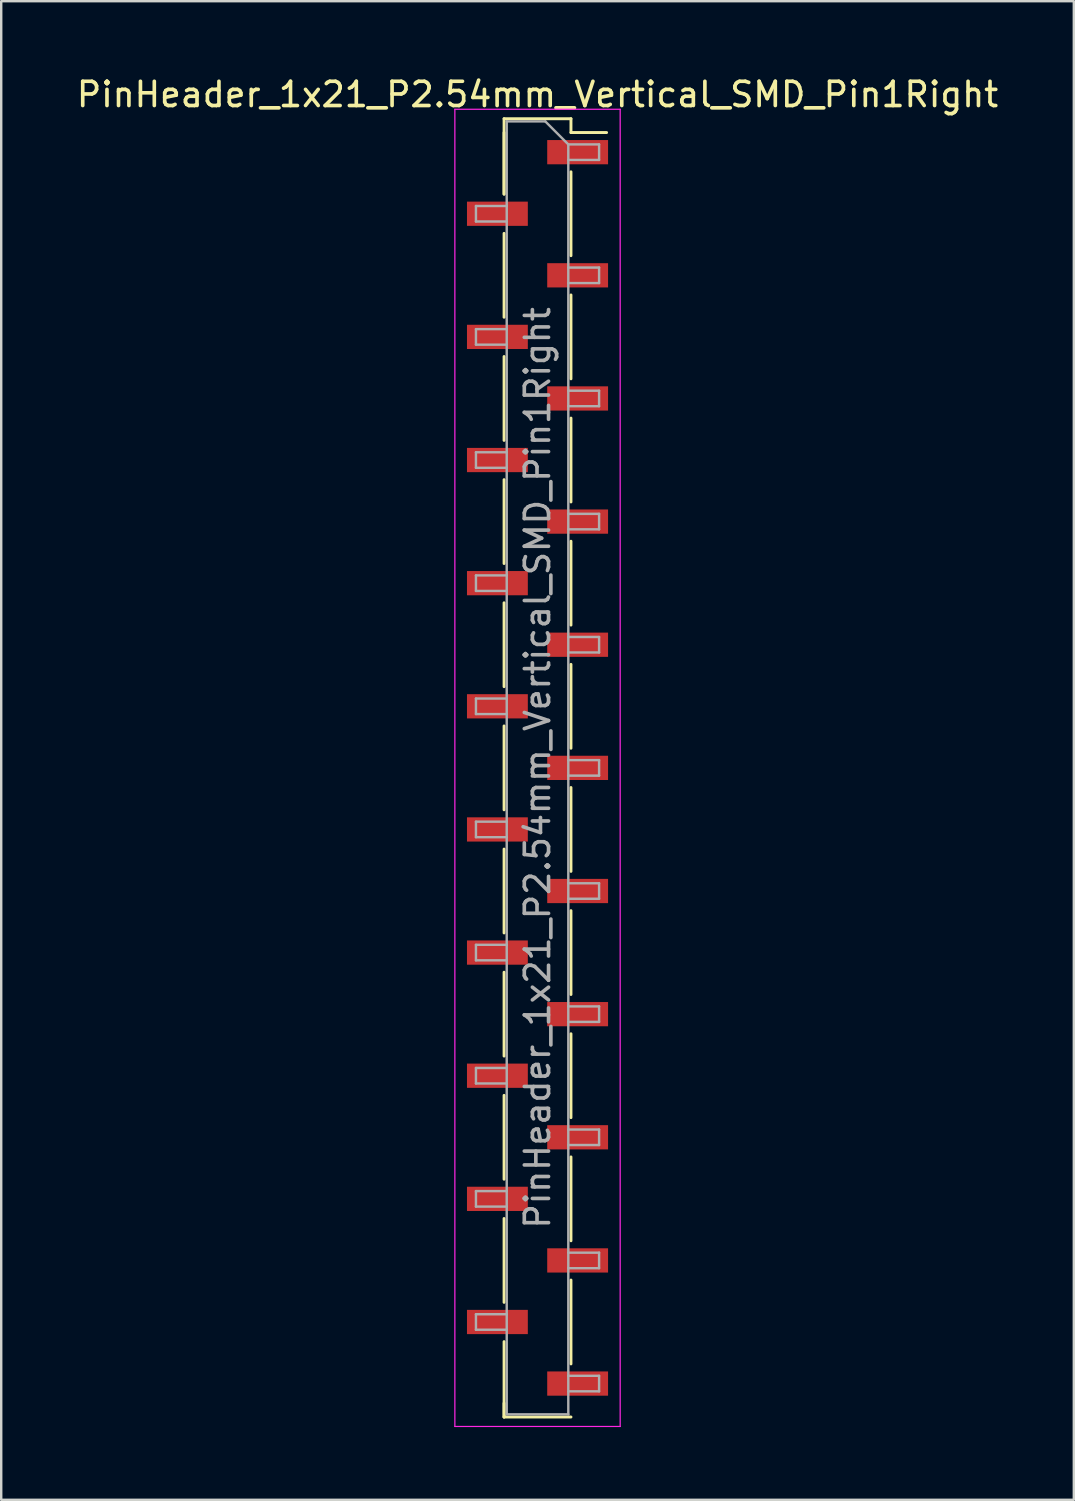
<source format=kicad_pcb>
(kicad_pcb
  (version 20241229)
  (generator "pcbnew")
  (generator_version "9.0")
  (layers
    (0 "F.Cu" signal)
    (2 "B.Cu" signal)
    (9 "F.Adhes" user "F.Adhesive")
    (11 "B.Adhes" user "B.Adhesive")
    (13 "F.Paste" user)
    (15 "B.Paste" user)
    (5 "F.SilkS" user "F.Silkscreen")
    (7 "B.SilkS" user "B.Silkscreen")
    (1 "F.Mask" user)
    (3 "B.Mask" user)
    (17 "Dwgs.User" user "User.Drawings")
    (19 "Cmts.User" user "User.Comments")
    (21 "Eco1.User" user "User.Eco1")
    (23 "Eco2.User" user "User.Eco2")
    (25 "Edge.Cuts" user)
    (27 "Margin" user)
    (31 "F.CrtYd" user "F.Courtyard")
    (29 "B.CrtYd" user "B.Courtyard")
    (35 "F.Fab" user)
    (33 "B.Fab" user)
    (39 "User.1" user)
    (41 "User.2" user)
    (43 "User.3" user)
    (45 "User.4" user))
  (footprint "PinHeader_1x21_P2.54mm_Vertical_SMD_Pin1Right"
    (layer "F.Cu")
    (at 19.125 28.628)
    (property "Reference" "PinHeader_1x21_P2.54mm_Vertical_SMD_Pin1Right" (at 0 -27.78 0) (layer "F.SilkS") (effects (font (size 1 1) (thickness 0.15))))
    (attr smd)
    (fp_line (start -1.38 -26.78) (end -1.38 -23.67) (stroke (width 0.12) (type solid)) (layer "F.SilkS"))
    (fp_line (start -1.38 -26.78) (end 1.38 -26.78) (stroke (width 0.12) (type solid)) (layer "F.SilkS"))
    (fp_line (start -1.38 -26.21) (end -1.38 -23.67) (stroke (width 0.12) (type solid)) (layer "F.SilkS"))
    (fp_line (start -1.38 -22.05) (end -1.38 -18.59) (stroke (width 0.12) (type solid)) (layer "F.SilkS"))
    (fp_line (start -1.38 -16.97) (end -1.38 -13.51) (stroke (width 0.12) (type solid)) (layer "F.SilkS"))
    (fp_line (start -1.38 -11.89) (end -1.38 -8.43) (stroke (width 0.12) (type solid)) (layer "F.SilkS"))
    (fp_line (start -1.38 -6.81) (end -1.38 -3.35) (stroke (width 0.12) (type solid)) (layer "F.SilkS"))
    (fp_line (start -1.38 -1.73) (end -1.38 1.73) (stroke (width 0.12) (type solid)) (layer "F.SilkS"))
    (fp_line (start -1.38 3.35) (end -1.38 6.81) (stroke (width 0.12) (type solid)) (layer "F.SilkS"))
    (fp_line (start -1.38 8.43) (end -1.38 11.89) (stroke (width 0.12) (type solid)) (layer "F.SilkS"))
    (fp_line (start -1.38 13.51) (end -1.38 16.97) (stroke (width 0.12) (type solid)) (layer "F.SilkS"))
    (fp_line (start -1.38 18.59) (end -1.38 22.05) (stroke (width 0.12) (type solid)) (layer "F.SilkS"))
    (fp_line (start -1.38 23.67) (end -1.38 26.78) (stroke (width 0.12) (type solid)) (layer "F.SilkS"))
    (fp_line (start -1.38 26.21) (end -1.38 26.78) (stroke (width 0.12) (type solid)) (layer "F.SilkS"))
    (fp_line (start -1.38 26.78) (end 1.38 26.78) (stroke (width 0.12) (type solid)) (layer "F.SilkS"))
    (fp_line (start 1.38 -26.78) (end 1.38 -26.21) (stroke (width 0.12) (type solid)) (layer "F.SilkS"))
    (fp_line (start 1.38 -26.21) (end 2.85 -26.21) (stroke (width 0.12) (type solid)) (layer "F.SilkS"))
    (fp_line (start 1.38 -24.59) (end 1.38 -21.13) (stroke (width 0.12) (type solid)) (layer "F.SilkS"))
    (fp_line (start 1.38 -19.51) (end 1.38 -16.05) (stroke (width 0.12) (type solid)) (layer "F.SilkS"))
    (fp_line (start 1.38 -14.43) (end 1.38 -10.97) (stroke (width 0.12) (type solid)) (layer "F.SilkS"))
    (fp_line (start 1.38 -9.35) (end 1.38 -5.89) (stroke (width 0.12) (type solid)) (layer "F.SilkS"))
    (fp_line (start 1.38 -4.27) (end 1.38 -0.81) (stroke (width 0.12) (type solid)) (layer "F.SilkS"))
    (fp_line (start 1.38 0.81) (end 1.38 4.27) (stroke (width 0.12) (type solid)) (layer "F.SilkS"))
    (fp_line (start 1.38 5.89) (end 1.38 9.35) (stroke (width 0.12) (type solid)) (layer "F.SilkS"))
    (fp_line (start 1.38 10.97) (end 1.38 14.43) (stroke (width 0.12) (type solid)) (layer "F.SilkS"))
    (fp_line (start 1.38 16.05) (end 1.38 19.51) (stroke (width 0.12) (type solid)) (layer "F.SilkS"))
    (fp_line (start 1.38 21.13) (end 1.38 24.59) (stroke (width 0.12) (type solid)) (layer "F.SilkS"))
    (fp_line (start -3.41 -27.17) (end -3.41 27.17) (stroke (width 0.05) (type solid)) (layer "F.CrtYd"))
    (fp_line (start -3.41 27.17) (end 3.41 27.17) (stroke (width 0.05) (type solid)) (layer "F.CrtYd"))
    (fp_line (start 3.41 -27.17) (end -3.41 -27.17) (stroke (width 0.05) (type solid)) (layer "F.CrtYd"))
    (fp_line (start 3.41 27.17) (end 3.41 -27.17) (stroke (width 0.05) (type solid)) (layer "F.CrtYd"))
    (fp_line (start -2.54 -23.18) (end -2.54 -22.54) (stroke (width 0.1) (type solid)) (layer "F.Fab"))
    (fp_line (start -2.54 -22.54) (end -1.27 -22.54) (stroke (width 0.1) (type solid)) (layer "F.Fab"))
    (fp_line (start -2.54 -18.1) (end -2.54 -17.46) (stroke (width 0.1) (type solid)) (layer "F.Fab"))
    (fp_line (start -2.54 -17.46) (end -1.27 -17.46) (stroke (width 0.1) (type solid)) (layer "F.Fab"))
    (fp_line (start -2.54 -13.02) (end -2.54 -12.38) (stroke (width 0.1) (type solid)) (layer "F.Fab"))
    (fp_line (start -2.54 -12.38) (end -1.27 -12.38) (stroke (width 0.1) (type solid)) (layer "F.Fab"))
    (fp_line (start -2.54 -7.94) (end -2.54 -7.3) (stroke (width 0.1) (type solid)) (layer "F.Fab"))
    (fp_line (start -2.54 -7.3) (end -1.27 -7.3) (stroke (width 0.1) (type solid)) (layer "F.Fab"))
    (fp_line (start -2.54 -2.86) (end -2.54 -2.22) (stroke (width 0.1) (type solid)) (layer "F.Fab"))
    (fp_line (start -2.54 -2.22) (end -1.27 -2.22) (stroke (width 0.1) (type solid)) (layer "F.Fab"))
    (fp_line (start -2.54 2.22) (end -2.54 2.86) (stroke (width 0.1) (type solid)) (layer "F.Fab"))
    (fp_line (start -2.54 2.86) (end -1.27 2.86) (stroke (width 0.1) (type solid)) (layer "F.Fab"))
    (fp_line (start -2.54 7.3) (end -2.54 7.94) (stroke (width 0.1) (type solid)) (layer "F.Fab"))
    (fp_line (start -2.54 7.94) (end -1.27 7.94) (stroke (width 0.1) (type solid)) (layer "F.Fab"))
    (fp_line (start -2.54 12.38) (end -2.54 13.02) (stroke (width 0.1) (type solid)) (layer "F.Fab"))
    (fp_line (start -2.54 13.02) (end -1.27 13.02) (stroke (width 0.1) (type solid)) (layer "F.Fab"))
    (fp_line (start -2.54 17.46) (end -2.54 18.1) (stroke (width 0.1) (type solid)) (layer "F.Fab"))
    (fp_line (start -2.54 18.1) (end -1.27 18.1) (stroke (width 0.1) (type solid)) (layer "F.Fab"))
    (fp_line (start -2.54 22.54) (end -2.54 23.18) (stroke (width 0.1) (type solid)) (layer "F.Fab"))
    (fp_line (start -2.54 23.18) (end -1.27 23.18) (stroke (width 0.1) (type solid)) (layer "F.Fab"))
    (fp_line (start -1.27 -26.67) (end -1.27 26.67) (stroke (width 0.1) (type solid)) (layer "F.Fab"))
    (fp_line (start -1.27 -26.67) (end 0.32 -26.67) (stroke (width 0.1) (type solid)) (layer "F.Fab"))
    (fp_line (start -1.27 -23.18) (end -2.54 -23.18) (stroke (width 0.1) (type solid)) (layer "F.Fab"))
    (fp_line (start -1.27 -18.1) (end -2.54 -18.1) (stroke (width 0.1) (type solid)) (layer "F.Fab"))
    (fp_line (start -1.27 -13.02) (end -2.54 -13.02) (stroke (width 0.1) (type solid)) (layer "F.Fab"))
    (fp_line (start -1.27 -7.94) (end -2.54 -7.94) (stroke (width 0.1) (type solid)) (layer "F.Fab"))
    (fp_line (start -1.27 -2.86) (end -2.54 -2.86) (stroke (width 0.1) (type solid)) (layer "F.Fab"))
    (fp_line (start -1.27 2.22) (end -2.54 2.22) (stroke (width 0.1) (type solid)) (layer "F.Fab"))
    (fp_line (start -1.27 7.3) (end -2.54 7.3) (stroke (width 0.1) (type solid)) (layer "F.Fab"))
    (fp_line (start -1.27 12.38) (end -2.54 12.38) (stroke (width 0.1) (type solid)) (layer "F.Fab"))
    (fp_line (start -1.27 17.46) (end -2.54 17.46) (stroke (width 0.1) (type solid)) (layer "F.Fab"))
    (fp_line (start -1.27 22.54) (end -2.54 22.54) (stroke (width 0.1) (type solid)) (layer "F.Fab"))
    (fp_line (start 1.27 -25.72) (end 0.32 -26.67) (stroke (width 0.1) (type solid)) (layer "F.Fab"))
    (fp_line (start 1.27 -25.72) (end 2.54 -25.72) (stroke (width 0.1) (type solid)) (layer "F.Fab"))
    (fp_line (start 1.27 -20.64) (end 2.54 -20.64) (stroke (width 0.1) (type solid)) (layer "F.Fab"))
    (fp_line (start 1.27 -15.56) (end 2.54 -15.56) (stroke (width 0.1) (type solid)) (layer "F.Fab"))
    (fp_line (start 1.27 -10.48) (end 2.54 -10.48) (stroke (width 0.1) (type solid)) (layer "F.Fab"))
    (fp_line (start 1.27 -5.4) (end 2.54 -5.4) (stroke (width 0.1) (type solid)) (layer "F.Fab"))
    (fp_line (start 1.27 -0.32) (end 2.54 -0.32) (stroke (width 0.1) (type solid)) (layer "F.Fab"))
    (fp_line (start 1.27 4.76) (end 2.54 4.76) (stroke (width 0.1) (type solid)) (layer "F.Fab"))
    (fp_line (start 1.27 9.84) (end 2.54 9.84) (stroke (width 0.1) (type solid)) (layer "F.Fab"))
    (fp_line (start 1.27 14.92) (end 2.54 14.92) (stroke (width 0.1) (type solid)) (layer "F.Fab"))
    (fp_line (start 1.27 20) (end 2.54 20) (stroke (width 0.1) (type solid)) (layer "F.Fab"))
    (fp_line (start 1.27 25.08) (end 2.54 25.08) (stroke (width 0.1) (type solid)) (layer "F.Fab"))
    (fp_line (start 1.27 26.67) (end -1.27 26.67) (stroke (width 0.1) (type solid)) (layer "F.Fab"))
    (fp_line (start 1.27 26.67) (end 1.27 -25.72) (stroke (width 0.1) (type solid)) (layer "F.Fab"))
    (fp_line (start 2.54 -25.72) (end 2.54 -25.08) (stroke (width 0.1) (type solid)) (layer "F.Fab"))
    (fp_line (start 2.54 -25.08) (end 1.27 -25.08) (stroke (width 0.1) (type solid)) (layer "F.Fab"))
    (fp_line (start 2.54 -20.64) (end 2.54 -20) (stroke (width 0.1) (type solid)) (layer "F.Fab"))
    (fp_line (start 2.54 -20) (end 1.27 -20) (stroke (width 0.1) (type solid)) (layer "F.Fab"))
    (fp_line (start 2.54 -15.56) (end 2.54 -14.92) (stroke (width 0.1) (type solid)) (layer "F.Fab"))
    (fp_line (start 2.54 -14.92) (end 1.27 -14.92) (stroke (width 0.1) (type solid)) (layer "F.Fab"))
    (fp_line (start 2.54 -10.48) (end 2.54 -9.84) (stroke (width 0.1) (type solid)) (layer "F.Fab"))
    (fp_line (start 2.54 -9.84) (end 1.27 -9.84) (stroke (width 0.1) (type solid)) (layer "F.Fab"))
    (fp_line (start 2.54 -5.4) (end 2.54 -4.76) (stroke (width 0.1) (type solid)) (layer "F.Fab"))
    (fp_line (start 2.54 -4.76) (end 1.27 -4.76) (stroke (width 0.1) (type solid)) (layer "F.Fab"))
    (fp_line (start 2.54 -0.32) (end 2.54 0.32) (stroke (width 0.1) (type solid)) (layer "F.Fab"))
    (fp_line (start 2.54 0.32) (end 1.27 0.32) (stroke (width 0.1) (type solid)) (layer "F.Fab"))
    (fp_line (start 2.54 4.76) (end 2.54 5.4) (stroke (width 0.1) (type solid)) (layer "F.Fab"))
    (fp_line (start 2.54 5.4) (end 1.27 5.4) (stroke (width 0.1) (type solid)) (layer "F.Fab"))
    (fp_line (start 2.54 9.84) (end 2.54 10.48) (stroke (width 0.1) (type solid)) (layer "F.Fab"))
    (fp_line (start 2.54 10.48) (end 1.27 10.48) (stroke (width 0.1) (type solid)) (layer "F.Fab"))
    (fp_line (start 2.54 14.92) (end 2.54 15.56) (stroke (width 0.1) (type solid)) (layer "F.Fab"))
    (fp_line (start 2.54 15.56) (end 1.27 15.56) (stroke (width 0.1) (type solid)) (layer "F.Fab"))
    (fp_line (start 2.54 20) (end 2.54 20.64) (stroke (width 0.1) (type solid)) (layer "F.Fab"))
    (fp_line (start 2.54 20.64) (end 1.27 20.64) (stroke (width 0.1) (type solid)) (layer "F.Fab"))
    (fp_line (start 2.54 25.08) (end 2.54 25.72) (stroke (width 0.1) (type solid)) (layer "F.Fab"))
    (fp_line (start 2.54 25.72) (end 1.27 25.72) (stroke (width 0.1) (type solid)) (layer "F.Fab"))
    (fp_text user "${REFERENCE}" (at 0 0 90) (layer "F.Fab") (effects (font (size 1 1) (thickness 0.15))))
    (pad "1" smd rect (at 1.655 -25.4) (size 2.51 1) (layers "F.Cu" "F.Mask" "F.Paste"))
    (pad "2" smd rect (at -1.655 -22.86) (size 2.51 1) (layers "F.Cu" "F.Mask" "F.Paste"))
    (pad "3" smd rect (at 1.655 -20.32) (size 2.51 1) (layers "F.Cu" "F.Mask" "F.Paste"))
    (pad "4" smd rect (at -1.655 -17.78) (size 2.51 1) (layers "F.Cu" "F.Mask" "F.Paste"))
    (pad "5" smd rect (at 1.655 -15.24) (size 2.51 1) (layers "F.Cu" "F.Mask" "F.Paste"))
    (pad "6" smd rect (at -1.655 -12.7) (size 2.51 1) (layers "F.Cu" "F.Mask" "F.Paste"))
    (pad "7" smd rect (at 1.655 -10.16) (size 2.51 1) (layers "F.Cu" "F.Mask" "F.Paste"))
    (pad "8" smd rect (at -1.655 -7.62) (size 2.51 1) (layers "F.Cu" "F.Mask" "F.Paste"))
    (pad "9" smd rect (at 1.655 -5.08) (size 2.51 1) (layers "F.Cu" "F.Mask" "F.Paste"))
    (pad "10" smd rect (at -1.655 -2.54) (size 2.51 1) (layers "F.Cu" "F.Mask" "F.Paste"))
    (pad "11" smd rect (at 1.655 0) (size 2.51 1) (layers "F.Cu" "F.Mask" "F.Paste"))
    (pad "12" smd rect (at -1.655 2.54) (size 2.51 1) (layers "F.Cu" "F.Mask" "F.Paste"))
    (pad "13" smd rect (at 1.655 5.08) (size 2.51 1) (layers "F.Cu" "F.Mask" "F.Paste"))
    (pad "14" smd rect (at -1.655 7.62) (size 2.51 1) (layers "F.Cu" "F.Mask" "F.Paste"))
    (pad "15" smd rect (at 1.655 10.16) (size 2.51 1) (layers "F.Cu" "F.Mask" "F.Paste"))
    (pad "16" smd rect (at -1.655 12.7) (size 2.51 1) (layers "F.Cu" "F.Mask" "F.Paste"))
    (pad "17" smd rect (at 1.655 15.24) (size 2.51 1) (layers "F.Cu" "F.Mask" "F.Paste"))
    (pad "18" smd rect (at -1.655 17.78) (size 2.51 1) (layers "F.Cu" "F.Mask" "F.Paste"))
    (pad "19" smd rect (at 1.655 20.32) (size 2.51 1) (layers "F.Cu" "F.Mask" "F.Paste"))
    (pad "20" smd rect (at -1.655 22.86) (size 2.51 1) (layers "F.Cu" "F.Mask" "F.Paste"))
    (pad "21" smd rect (at 1.655 25.4) (size 2.51 1) (layers "F.Cu" "F.Mask" "F.Paste")))
  (gr_rect
    (start -3 -3)
    (end 41.25 58.823)
    (stroke (width 0.1) (type default))
    (fill no)
    (layer "Edge.Cuts")))
</source>
